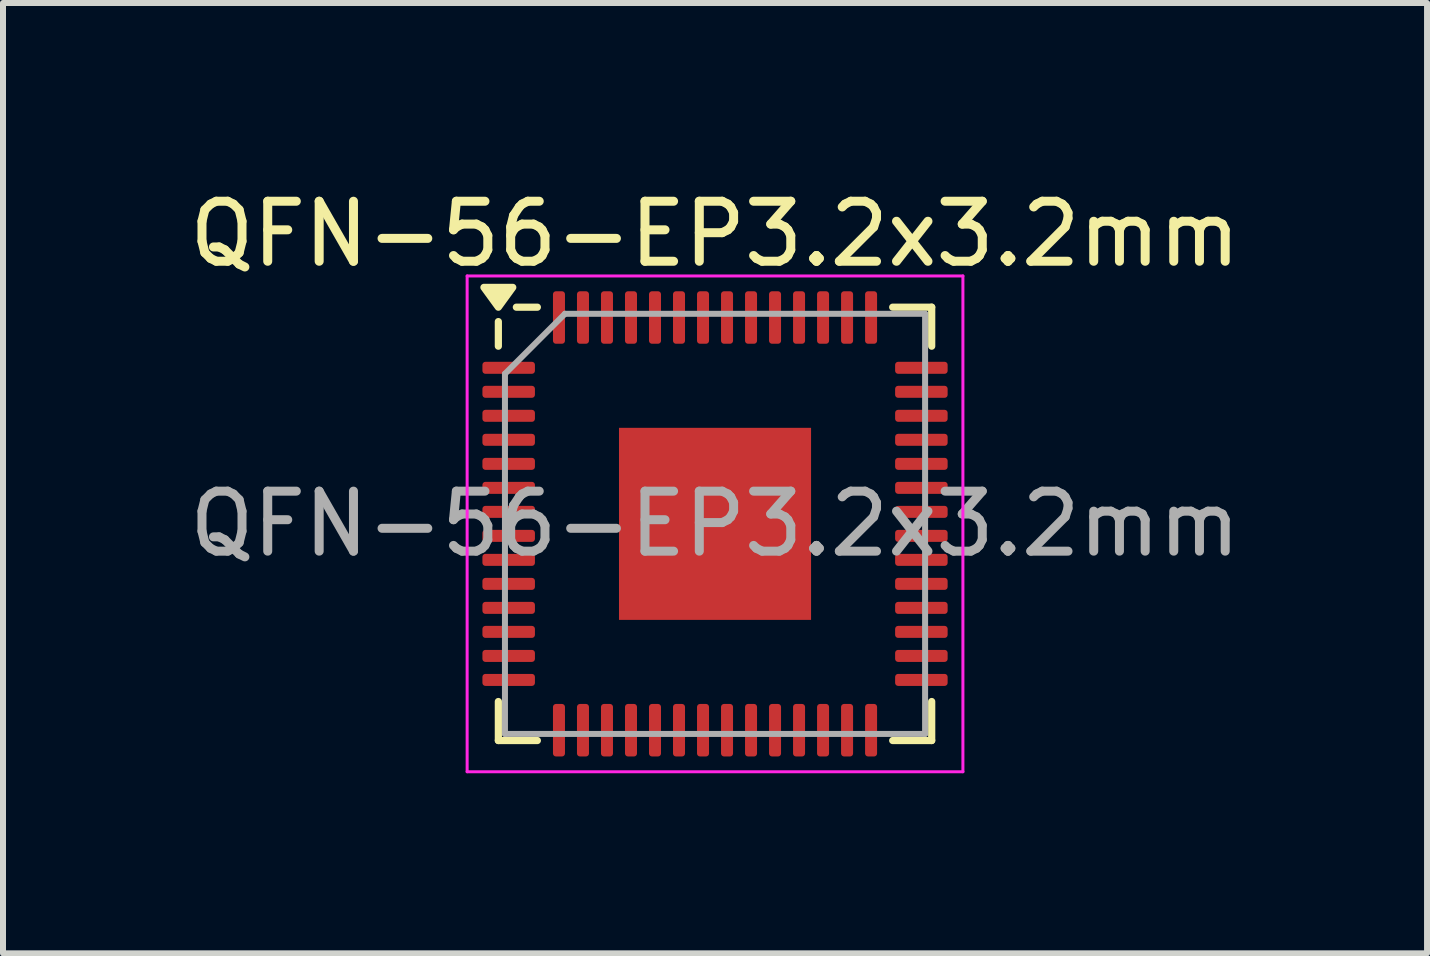
<source format=kicad_pcb>
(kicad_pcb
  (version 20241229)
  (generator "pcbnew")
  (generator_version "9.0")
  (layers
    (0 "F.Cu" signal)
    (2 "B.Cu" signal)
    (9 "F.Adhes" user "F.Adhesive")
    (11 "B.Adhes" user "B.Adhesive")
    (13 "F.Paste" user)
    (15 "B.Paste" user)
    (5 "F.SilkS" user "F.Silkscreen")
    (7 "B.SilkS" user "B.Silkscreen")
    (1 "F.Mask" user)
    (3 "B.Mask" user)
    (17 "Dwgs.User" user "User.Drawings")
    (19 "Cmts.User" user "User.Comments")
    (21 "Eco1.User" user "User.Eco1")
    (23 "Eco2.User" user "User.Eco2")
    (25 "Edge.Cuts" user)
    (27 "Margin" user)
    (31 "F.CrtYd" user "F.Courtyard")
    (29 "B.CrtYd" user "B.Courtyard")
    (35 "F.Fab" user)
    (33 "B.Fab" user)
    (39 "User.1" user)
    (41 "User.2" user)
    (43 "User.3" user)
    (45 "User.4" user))
  (footprint "QFN-56-EP3.2x3.2mm"
    (layer "F.Cu")
    (at 8.863 5.678)
    (property "Reference" "QFN-56-EP3.2x3.2mm" (at 0 -4.83 0) (layer "F.SilkS") (effects (font (size 1 1) (thickness 0.15))))
    (attr smd)
    (fp_line (start -3.61 -2.96) (end -3.61 -3.37) (stroke (width 0.12) (type solid)) (layer "F.SilkS"))
    (fp_line (start -3.61 3.61) (end -3.61 2.96) (stroke (width 0.12) (type solid)) (layer "F.SilkS"))
    (fp_line (start -2.96 -3.61) (end -3.31 -3.61) (stroke (width 0.12) (type solid)) (layer "F.SilkS"))
    (fp_line (start -2.96 3.61) (end -3.61 3.61) (stroke (width 0.12) (type solid)) (layer "F.SilkS"))
    (fp_line (start 2.96 -3.61) (end 3.61 -3.61) (stroke (width 0.12) (type solid)) (layer "F.SilkS"))
    (fp_line (start 2.96 3.61) (end 3.61 3.61) (stroke (width 0.12) (type solid)) (layer "F.SilkS"))
    (fp_line (start 3.61 -3.61) (end 3.61 -2.96) (stroke (width 0.12) (type solid)) (layer "F.SilkS"))
    (fp_line (start 3.61 3.61) (end 3.61 2.96) (stroke (width 0.12) (type solid)) (layer "F.SilkS"))
    (fp_poly (pts (xy -3.61 -3.61) (xy -3.85 -3.94) (xy -3.37 -3.94) (xy -3.61 -3.61)) (stroke (width 0.12) (type solid)) (fill yes) (layer "F.SilkS"))
    (fp_line (start -4.13 -4.13) (end -4.13 4.13) (stroke (width 0.05) (type solid)) (layer "F.CrtYd"))
    (fp_line (start -4.13 4.13) (end 4.13 4.13) (stroke (width 0.05) (type solid)) (layer "F.CrtYd"))
    (fp_line (start 4.13 -4.13) (end -4.13 -4.13) (stroke (width 0.05) (type solid)) (layer "F.CrtYd"))
    (fp_line (start 4.13 4.13) (end 4.13 -4.13) (stroke (width 0.05) (type solid)) (layer "F.CrtYd"))
    (fp_line (start -3.5 -2.5) (end -2.5 -3.5) (stroke (width 0.1) (type solid)) (layer "F.Fab"))
    (fp_line (start -3.5 3.5) (end -3.5 -2.5) (stroke (width 0.1) (type solid)) (layer "F.Fab"))
    (fp_line (start -2.5 -3.5) (end 3.5 -3.5) (stroke (width 0.1) (type solid)) (layer "F.Fab"))
    (fp_line (start 3.5 -3.5) (end 3.5 3.5) (stroke (width 0.1) (type solid)) (layer "F.Fab"))
    (fp_line (start 3.5 3.5) (end -3.5 3.5) (stroke (width 0.1) (type solid)) (layer "F.Fab"))
    (fp_text user "${REFERENCE}" (at 0 0 0) (layer "F.Fab") (effects (font (size 1 1) (thickness 0.15))))
    (pad "" smd roundrect (at -0.8 -0.8) (size 1.29 1.29) (layers "F.Paste") (roundrect_rratio 0.194))
    (pad "" smd roundrect (at -0.8 0.8) (size 1.29 1.29) (layers "F.Paste") (roundrect_rratio 0.194))
    (pad "" smd roundrect (at 0.8 -0.8) (size 1.29 1.29) (layers "F.Paste") (roundrect_rratio 0.194))
    (pad "" smd roundrect (at 0.8 0.8) (size 1.29 1.29) (layers "F.Paste") (roundrect_rratio 0.194))
    (pad "1" smd roundrect (at -3.438 -2.6) (size 0.875 0.2) (layers "F.Cu" "F.Mask" "F.Paste") (roundrect_rratio 0.25))
    (pad "2" smd roundrect (at -3.438 -2.2) (size 0.875 0.2) (layers "F.Cu" "F.Mask" "F.Paste") (roundrect_rratio 0.25))
    (pad "3" smd roundrect (at -3.438 -1.8) (size 0.875 0.2) (layers "F.Cu" "F.Mask" "F.Paste") (roundrect_rratio 0.25))
    (pad "4" smd roundrect (at -3.438 -1.4) (size 0.875 0.2) (layers "F.Cu" "F.Mask" "F.Paste") (roundrect_rratio 0.25))
    (pad "5" smd roundrect (at -3.438 -1) (size 0.875 0.2) (layers "F.Cu" "F.Mask" "F.Paste") (roundrect_rratio 0.25))
    (pad "6" smd roundrect (at -3.438 -0.6) (size 0.875 0.2) (layers "F.Cu" "F.Mask" "F.Paste") (roundrect_rratio 0.25))
    (pad "7" smd roundrect (at -3.438 -0.2) (size 0.875 0.2) (layers "F.Cu" "F.Mask" "F.Paste") (roundrect_rratio 0.25))
    (pad "8" smd roundrect (at -3.438 0.2) (size 0.875 0.2) (layers "F.Cu" "F.Mask" "F.Paste") (roundrect_rratio 0.25))
    (pad "9" smd roundrect (at -3.438 0.6) (size 0.875 0.2) (layers "F.Cu" "F.Mask" "F.Paste") (roundrect_rratio 0.25))
    (pad "10" smd roundrect (at -3.438 1) (size 0.875 0.2) (layers "F.Cu" "F.Mask" "F.Paste") (roundrect_rratio 0.25))
    (pad "11" smd roundrect (at -3.438 1.4) (size 0.875 0.2) (layers "F.Cu" "F.Mask" "F.Paste") (roundrect_rratio 0.25))
    (pad "12" smd roundrect (at -3.438 1.8) (size 0.875 0.2) (layers "F.Cu" "F.Mask" "F.Paste") (roundrect_rratio 0.25))
    (pad "13" smd roundrect (at -3.438 2.2) (size 0.875 0.2) (layers "F.Cu" "F.Mask" "F.Paste") (roundrect_rratio 0.25))
    (pad "14" smd roundrect (at -3.438 2.6) (size 0.875 0.2) (layers "F.Cu" "F.Mask" "F.Paste") (roundrect_rratio 0.25))
    (pad "15" smd roundrect (at -2.6 3.438) (size 0.2 0.875) (layers "F.Cu" "F.Mask" "F.Paste") (roundrect_rratio 0.25))
    (pad "16" smd roundrect (at -2.2 3.438) (size 0.2 0.875) (layers "F.Cu" "F.Mask" "F.Paste") (roundrect_rratio 0.25))
    (pad "17" smd roundrect (at -1.8 3.438) (size 0.2 0.875) (layers "F.Cu" "F.Mask" "F.Paste") (roundrect_rratio 0.25))
    (pad "18" smd roundrect (at -1.4 3.438) (size 0.2 0.875) (layers "F.Cu" "F.Mask" "F.Paste") (roundrect_rratio 0.25))
    (pad "19" smd roundrect (at -1 3.438) (size 0.2 0.875) (layers "F.Cu" "F.Mask" "F.Paste") (roundrect_rratio 0.25))
    (pad "20" smd roundrect (at -0.6 3.438) (size 0.2 0.875) (layers "F.Cu" "F.Mask" "F.Paste") (roundrect_rratio 0.25))
    (pad "21" smd roundrect (at -0.2 3.438) (size 0.2 0.875) (layers "F.Cu" "F.Mask" "F.Paste") (roundrect_rratio 0.25))
    (pad "22" smd roundrect (at 0.2 3.438) (size 0.2 0.875) (layers "F.Cu" "F.Mask" "F.Paste") (roundrect_rratio 0.25))
    (pad "23" smd roundrect (at 0.6 3.438) (size 0.2 0.875) (layers "F.Cu" "F.Mask" "F.Paste") (roundrect_rratio 0.25))
    (pad "24" smd roundrect (at 1 3.438) (size 0.2 0.875) (layers "F.Cu" "F.Mask" "F.Paste") (roundrect_rratio 0.25))
    (pad "25" smd roundrect (at 1.4 3.438) (size 0.2 0.875) (layers "F.Cu" "F.Mask" "F.Paste") (roundrect_rratio 0.25))
    (pad "26" smd roundrect (at 1.8 3.438) (size 0.2 0.875) (layers "F.Cu" "F.Mask" "F.Paste") (roundrect_rratio 0.25))
    (pad "27" smd roundrect (at 2.2 3.438) (size 0.2 0.875) (layers "F.Cu" "F.Mask" "F.Paste") (roundrect_rratio 0.25))
    (pad "28" smd roundrect (at 2.6 3.438) (size 0.2 0.875) (layers "F.Cu" "F.Mask" "F.Paste") (roundrect_rratio 0.25))
    (pad "29" smd roundrect (at 3.438 2.6) (size 0.875 0.2) (layers "F.Cu" "F.Mask" "F.Paste") (roundrect_rratio 0.25))
    (pad "30" smd roundrect (at 3.438 2.2) (size 0.875 0.2) (layers "F.Cu" "F.Mask" "F.Paste") (roundrect_rratio 0.25))
    (pad "31" smd roundrect (at 3.438 1.8) (size 0.875 0.2) (layers "F.Cu" "F.Mask" "F.Paste") (roundrect_rratio 0.25))
    (pad "32" smd roundrect (at 3.438 1.4) (size 0.875 0.2) (layers "F.Cu" "F.Mask" "F.Paste") (roundrect_rratio 0.25))
    (pad "33" smd roundrect (at 3.438 1) (size 0.875 0.2) (layers "F.Cu" "F.Mask" "F.Paste") (roundrect_rratio 0.25))
    (pad "34" smd roundrect (at 3.438 0.6) (size 0.875 0.2) (layers "F.Cu" "F.Mask" "F.Paste") (roundrect_rratio 0.25))
    (pad "35" smd roundrect (at 3.438 0.2) (size 0.875 0.2) (layers "F.Cu" "F.Mask" "F.Paste") (roundrect_rratio 0.25))
    (pad "36" smd roundrect (at 3.438 -0.2) (size 0.875 0.2) (layers "F.Cu" "F.Mask" "F.Paste") (roundrect_rratio 0.25))
    (pad "37" smd roundrect (at 3.438 -0.6) (size 0.875 0.2) (layers "F.Cu" "F.Mask" "F.Paste") (roundrect_rratio 0.25))
    (pad "38" smd roundrect (at 3.438 -1) (size 0.875 0.2) (layers "F.Cu" "F.Mask" "F.Paste") (roundrect_rratio 0.25))
    (pad "39" smd roundrect (at 3.438 -1.4) (size 0.875 0.2) (layers "F.Cu" "F.Mask" "F.Paste") (roundrect_rratio 0.25))
    (pad "40" smd roundrect (at 3.438 -1.8) (size 0.875 0.2) (layers "F.Cu" "F.Mask" "F.Paste") (roundrect_rratio 0.25))
    (pad "41" smd roundrect (at 3.438 -2.2) (size 0.875 0.2) (layers "F.Cu" "F.Mask" "F.Paste") (roundrect_rratio 0.25))
    (pad "42" smd roundrect (at 3.438 -2.6) (size 0.875 0.2) (layers "F.Cu" "F.Mask" "F.Paste") (roundrect_rratio 0.25))
    (pad "43" smd roundrect (at 2.6 -3.438) (size 0.2 0.875) (layers "F.Cu" "F.Mask" "F.Paste") (roundrect_rratio 0.25))
    (pad "44" smd roundrect (at 2.2 -3.438) (size 0.2 0.875) (layers "F.Cu" "F.Mask" "F.Paste") (roundrect_rratio 0.25))
    (pad "45" smd roundrect (at 1.8 -3.438) (size 0.2 0.875) (layers "F.Cu" "F.Mask" "F.Paste") (roundrect_rratio 0.25))
    (pad "46" smd roundrect (at 1.4 -3.438) (size 0.2 0.875) (layers "F.Cu" "F.Mask" "F.Paste") (roundrect_rratio 0.25))
    (pad "47" smd roundrect (at 1 -3.438) (size 0.2 0.875) (layers "F.Cu" "F.Mask" "F.Paste") (roundrect_rratio 0.25))
    (pad "48" smd roundrect (at 0.6 -3.438) (size 0.2 0.875) (layers "F.Cu" "F.Mask" "F.Paste") (roundrect_rratio 0.25))
    (pad "49" smd roundrect (at 0.2 -3.438) (size 0.2 0.875) (layers "F.Cu" "F.Mask" "F.Paste") (roundrect_rratio 0.25))
    (pad "50" smd roundrect (at -0.2 -3.438) (size 0.2 0.875) (layers "F.Cu" "F.Mask" "F.Paste") (roundrect_rratio 0.25))
    (pad "51" smd roundrect (at -0.6 -3.438) (size 0.2 0.875) (layers "F.Cu" "F.Mask" "F.Paste") (roundrect_rratio 0.25))
    (pad "52" smd roundrect (at -1 -3.438) (size 0.2 0.875) (layers "F.Cu" "F.Mask" "F.Paste") (roundrect_rratio 0.25))
    (pad "53" smd roundrect (at -1.4 -3.438) (size 0.2 0.875) (layers "F.Cu" "F.Mask" "F.Paste") (roundrect_rratio 0.25))
    (pad "54" smd roundrect (at -1.8 -3.438) (size 0.2 0.875) (layers "F.Cu" "F.Mask" "F.Paste") (roundrect_rratio 0.25))
    (pad "55" smd roundrect (at -2.2 -3.438) (size 0.2 0.875) (layers "F.Cu" "F.Mask" "F.Paste") (roundrect_rratio 0.25))
    (pad "56" smd roundrect (at -2.6 -3.438) (size 0.2 0.875) (layers "F.Cu" "F.Mask" "F.Paste") (roundrect_rratio 0.25))
    (pad "57" smd rect (at 0 0) (size 3.2 3.2) (property pad_prop_heatsink) (layers "F.Cu" "F.Mask")))
  (gr_rect
    (start -3 -3)
    (end 20.726 12.833)
    (stroke (width 0.1) (type default))
    (fill no)
    (layer "Edge.Cuts")))
</source>
